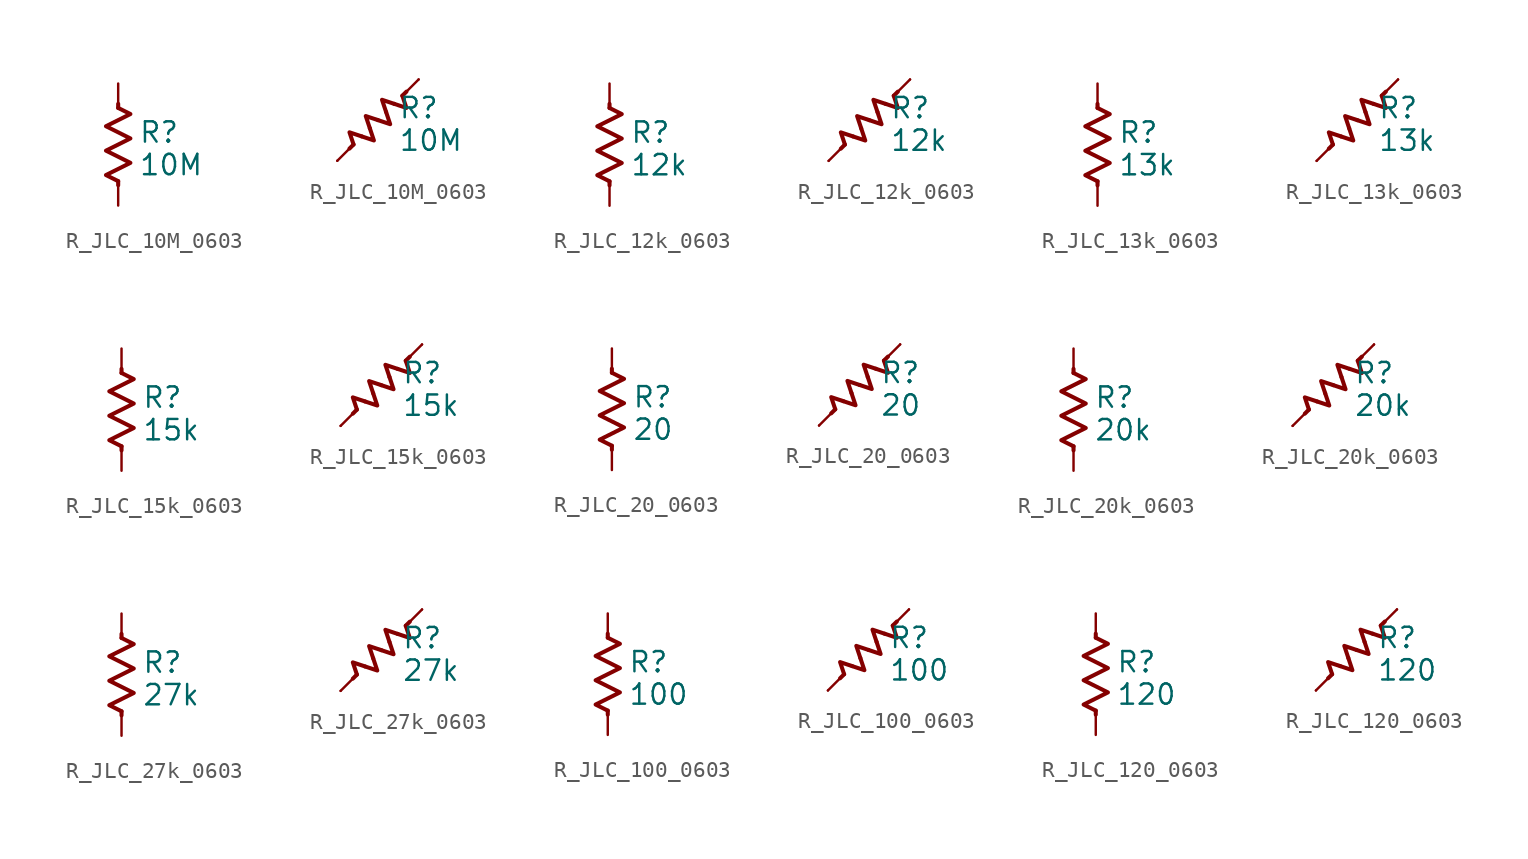
<source format=kicad_sym>
(kicad_symbol_lib
  (version 20231120)
  (generator "kicad_symbol_editor")
  (generator_version "8.0")
  (symbol "R_JLC_10M_0603"
    (pin_numbers hide)
    (pin_names
      (offset 0))
    (property "Reference" "R"
      (at 1.27 0.762 0)
      (effects (font (size 1.27 1.27)) (justify left)))
    (property "Value" "10M"
      (at 1.27 -1.27 0)
      (effects (font (size 1.27 1.27)) (justify left)))
    (symbol "R_JLC_10M_0603_0_1"
      (polyline (pts (xy 0 -2.286) (xy 0 -2.54)) (stroke (width 0.254) (type default)) (fill (type none)))
      (polyline (pts (xy 0 2.286) (xy 0 2.54)) (stroke (width 0.254) (type default)) (fill (type none)))
      (polyline (pts (xy 0 2.286) (xy 0.762 1.905) (xy -0.762 1.143) (xy 0 0.762) (xy 0.762 0.381) (xy 0 0) (xy -0.762 -0.381) (xy 0 -0.762) (xy 0.762 -1.143) (xy 0 -1.524) (xy -0.762 -1.905) (xy 0 -2.286)) (stroke (width 0.254) (type default)) (fill (type none))))
    (symbol "R_JLC_10M_0603_0_2"
      (polyline (pts (xy -2.54 -2.54) (xy -1.778 -1.778)) (stroke (width 0) (type default)) (fill (type none)))
      (polyline (pts (xy -1.778 -1.778) (xy -1.524 -1.524)) (stroke (width 0.254) (type default)) (fill (type none)))
      (polyline (pts (xy 1.778 1.778) (xy 1.524 1.524)) (stroke (width 0.254) (type default)) (fill (type none)))
      (polyline (pts (xy 1.778 1.778) (xy 2.54 2.54)) (stroke (width 0) (type default)) (fill (type none)))
      (polyline (pts (xy -1.524 -1.524) (xy -1.778 -0.762) (xy -1.016 -1.016)) (stroke (width 0.254) (type default)) (fill (type none)))
      (polyline (pts (xy -0.508 -0.508) (xy -0.762 0.254) (xy 0 0)) (stroke (width 0.254) (type default)) (fill (type none)))
      (polyline (pts (xy -0.508 -0.508) (xy -0.254 -1.27) (xy -1.016 -1.016)) (stroke (width 0.254) (type default)) (fill (type none)))
      (polyline (pts (xy 0.508 0.508) (xy 0.254 1.27) (xy 1.016 1.016)) (stroke (width 0.254) (type default)) (fill (type none)))
      (polyline (pts (xy 0.508 0.508) (xy 0.762 -0.254) (xy 0 0)) (stroke (width 0.254) (type default)) (fill (type none)))
      (polyline (pts (xy 1.524 1.524) (xy 1.778 0.762) (xy 1.016 1.016)) (stroke (width 0.254) (type default)) (fill (type none))))
    (symbol "R_JLC_10M_0603_1_1"
      (pin passive line (at 0 3.81 270) (length 1.27) (name "~" (effects (font (size 1.27 1.27)))) (number "1" (effects (font (size 1.27 1.27)))))
      (pin passive line (at 0 -3.81 90) (length 1.27) (name "~" (effects (font (size 1.27 1.27)))) (number "2" (effects (font (size 1.27 1.27))))))
    (symbol "R_JLC_10M_0603_1_2"
      (pin passive line (at 2.54 2.54 180) (length 0) (name "" (effects (font (size 1.27 1.27)))) (number "1" (effects (font (size 1.27 1.27)))))
      (pin passive line (at -2.54 -2.54 0) (length 0) (name "" (effects (font (size 1.27 1.27)))) (number "2" (effects (font (size 1.27 1.27)))))))
  (symbol "R_JLC_12k_0603"
    (pin_numbers hide)
    (pin_names
      (offset 0))
    (property "Reference" "R"
      (at 1.27 0.762 0)
      (effects (font (size 1.27 1.27)) (justify left)))
    (property "Value" "12k"
      (at 1.27 -1.27 0)
      (effects (font (size 1.27 1.27)) (justify left)))
    (symbol "R_JLC_12k_0603_0_1"
      (polyline (pts (xy 0 -2.286) (xy 0 -2.54)) (stroke (width 0.254) (type default)) (fill (type none)))
      (polyline (pts (xy 0 2.286) (xy 0 2.54)) (stroke (width 0.254) (type default)) (fill (type none)))
      (polyline (pts (xy 0 2.286) (xy 0.762 1.905) (xy -0.762 1.143) (xy 0 0.762) (xy 0.762 0.381) (xy 0 0) (xy -0.762 -0.381) (xy 0 -0.762) (xy 0.762 -1.143) (xy 0 -1.524) (xy -0.762 -1.905) (xy 0 -2.286)) (stroke (width 0.254) (type default)) (fill (type none))))
    (symbol "R_JLC_12k_0603_0_2"
      (polyline (pts (xy -2.54 -2.54) (xy -1.778 -1.778)) (stroke (width 0) (type default)) (fill (type none)))
      (polyline (pts (xy -1.778 -1.778) (xy -1.524 -1.524)) (stroke (width 0.254) (type default)) (fill (type none)))
      (polyline (pts (xy 1.778 1.778) (xy 1.524 1.524)) (stroke (width 0.254) (type default)) (fill (type none)))
      (polyline (pts (xy 1.778 1.778) (xy 2.54 2.54)) (stroke (width 0) (type default)) (fill (type none)))
      (polyline (pts (xy -1.524 -1.524) (xy -1.778 -0.762) (xy -1.016 -1.016)) (stroke (width 0.254) (type default)) (fill (type none)))
      (polyline (pts (xy -0.508 -0.508) (xy -0.762 0.254) (xy 0 0)) (stroke (width 0.254) (type default)) (fill (type none)))
      (polyline (pts (xy -0.508 -0.508) (xy -0.254 -1.27) (xy -1.016 -1.016)) (stroke (width 0.254) (type default)) (fill (type none)))
      (polyline (pts (xy 0.508 0.508) (xy 0.254 1.27) (xy 1.016 1.016)) (stroke (width 0.254) (type default)) (fill (type none)))
      (polyline (pts (xy 0.508 0.508) (xy 0.762 -0.254) (xy 0 0)) (stroke (width 0.254) (type default)) (fill (type none)))
      (polyline (pts (xy 1.524 1.524) (xy 1.778 0.762) (xy 1.016 1.016)) (stroke (width 0.254) (type default)) (fill (type none))))
    (symbol "R_JLC_12k_0603_1_1"
      (pin passive line (at 0 3.81 270) (length 1.27) (name "~" (effects (font (size 1.27 1.27)))) (number "1" (effects (font (size 1.27 1.27)))))
      (pin passive line (at 0 -3.81 90) (length 1.27) (name "~" (effects (font (size 1.27 1.27)))) (number "2" (effects (font (size 1.27 1.27))))))
    (symbol "R_JLC_12k_0603_1_2"
      (pin passive line (at 2.54 2.54 180) (length 0) (name "" (effects (font (size 1.27 1.27)))) (number "1" (effects (font (size 1.27 1.27)))))
      (pin passive line (at -2.54 -2.54 0) (length 0) (name "" (effects (font (size 1.27 1.27)))) (number "2" (effects (font (size 1.27 1.27)))))))
  (symbol "R_JLC_13k_0603"
    (pin_numbers hide)
    (pin_names
      (offset 0))
    (property "Reference" "R"
      (at 1.27 0.762 0)
      (effects (font (size 1.27 1.27)) (justify left)))
    (property "Value" "13k"
      (at 1.27 -1.27 0)
      (effects (font (size 1.27 1.27)) (justify left)))
    (symbol "R_JLC_13k_0603_0_1"
      (polyline (pts (xy 0 -2.286) (xy 0 -2.54)) (stroke (width 0.254) (type default)) (fill (type none)))
      (polyline (pts (xy 0 2.286) (xy 0 2.54)) (stroke (width 0.254) (type default)) (fill (type none)))
      (polyline (pts (xy 0 2.286) (xy 0.762 1.905) (xy -0.762 1.143) (xy 0 0.762) (xy 0.762 0.381) (xy 0 0) (xy -0.762 -0.381) (xy 0 -0.762) (xy 0.762 -1.143) (xy 0 -1.524) (xy -0.762 -1.905) (xy 0 -2.286)) (stroke (width 0.254) (type default)) (fill (type none))))
    (symbol "R_JLC_13k_0603_0_2"
      (polyline (pts (xy -2.54 -2.54) (xy -1.778 -1.778)) (stroke (width 0) (type default)) (fill (type none)))
      (polyline (pts (xy -1.778 -1.778) (xy -1.524 -1.524)) (stroke (width 0.254) (type default)) (fill (type none)))
      (polyline (pts (xy 1.778 1.778) (xy 1.524 1.524)) (stroke (width 0.254) (type default)) (fill (type none)))
      (polyline (pts (xy 1.778 1.778) (xy 2.54 2.54)) (stroke (width 0) (type default)) (fill (type none)))
      (polyline (pts (xy -1.524 -1.524) (xy -1.778 -0.762) (xy -1.016 -1.016)) (stroke (width 0.254) (type default)) (fill (type none)))
      (polyline (pts (xy -0.508 -0.508) (xy -0.762 0.254) (xy 0 0)) (stroke (width 0.254) (type default)) (fill (type none)))
      (polyline (pts (xy -0.508 -0.508) (xy -0.254 -1.27) (xy -1.016 -1.016)) (stroke (width 0.254) (type default)) (fill (type none)))
      (polyline (pts (xy 0.508 0.508) (xy 0.254 1.27) (xy 1.016 1.016)) (stroke (width 0.254) (type default)) (fill (type none)))
      (polyline (pts (xy 0.508 0.508) (xy 0.762 -0.254) (xy 0 0)) (stroke (width 0.254) (type default)) (fill (type none)))
      (polyline (pts (xy 1.524 1.524) (xy 1.778 0.762) (xy 1.016 1.016)) (stroke (width 0.254) (type default)) (fill (type none))))
    (symbol "R_JLC_13k_0603_1_1"
      (pin passive line (at 0 3.81 270) (length 1.27) (name "~" (effects (font (size 1.27 1.27)))) (number "1" (effects (font (size 1.27 1.27)))))
      (pin passive line (at 0 -3.81 90) (length 1.27) (name "~" (effects (font (size 1.27 1.27)))) (number "2" (effects (font (size 1.27 1.27))))))
    (symbol "R_JLC_13k_0603_1_2"
      (pin passive line (at 2.54 2.54 180) (length 0) (name "" (effects (font (size 1.27 1.27)))) (number "1" (effects (font (size 1.27 1.27)))))
      (pin passive line (at -2.54 -2.54 0) (length 0) (name "" (effects (font (size 1.27 1.27)))) (number "2" (effects (font (size 1.27 1.27)))))))
  (symbol "R_JLC_15k_0603"
    (pin_numbers hide)
    (pin_names
      (offset 0))
    (property "Reference" "R"
      (at 1.27 0.762 0)
      (effects (font (size 1.27 1.27)) (justify left)))
    (property "Value" "15k"
      (at 1.27 -1.27 0)
      (effects (font (size 1.27 1.27)) (justify left)))
    (symbol "R_JLC_15k_0603_0_1"
      (polyline (pts (xy 0 -2.286) (xy 0 -2.54)) (stroke (width 0.254) (type default)) (fill (type none)))
      (polyline (pts (xy 0 2.286) (xy 0 2.54)) (stroke (width 0.254) (type default)) (fill (type none)))
      (polyline (pts (xy 0 2.286) (xy 0.762 1.905) (xy -0.762 1.143) (xy 0 0.762) (xy 0.762 0.381) (xy 0 0) (xy -0.762 -0.381) (xy 0 -0.762) (xy 0.762 -1.143) (xy 0 -1.524) (xy -0.762 -1.905) (xy 0 -2.286)) (stroke (width 0.254) (type default)) (fill (type none))))
    (symbol "R_JLC_15k_0603_0_2"
      (polyline (pts (xy -2.54 -2.54) (xy -1.778 -1.778)) (stroke (width 0) (type default)) (fill (type none)))
      (polyline (pts (xy -1.778 -1.778) (xy -1.524 -1.524)) (stroke (width 0.254) (type default)) (fill (type none)))
      (polyline (pts (xy 1.778 1.778) (xy 1.524 1.524)) (stroke (width 0.254) (type default)) (fill (type none)))
      (polyline (pts (xy 1.778 1.778) (xy 2.54 2.54)) (stroke (width 0) (type default)) (fill (type none)))
      (polyline (pts (xy -1.524 -1.524) (xy -1.778 -0.762) (xy -1.016 -1.016)) (stroke (width 0.254) (type default)) (fill (type none)))
      (polyline (pts (xy -0.508 -0.508) (xy -0.762 0.254) (xy 0 0)) (stroke (width 0.254) (type default)) (fill (type none)))
      (polyline (pts (xy -0.508 -0.508) (xy -0.254 -1.27) (xy -1.016 -1.016)) (stroke (width 0.254) (type default)) (fill (type none)))
      (polyline (pts (xy 0.508 0.508) (xy 0.254 1.27) (xy 1.016 1.016)) (stroke (width 0.254) (type default)) (fill (type none)))
      (polyline (pts (xy 0.508 0.508) (xy 0.762 -0.254) (xy 0 0)) (stroke (width 0.254) (type default)) (fill (type none)))
      (polyline (pts (xy 1.524 1.524) (xy 1.778 0.762) (xy 1.016 1.016)) (stroke (width 0.254) (type default)) (fill (type none))))
    (symbol "R_JLC_15k_0603_1_1"
      (pin passive line (at 0 3.81 270) (length 1.27) (name "~" (effects (font (size 1.27 1.27)))) (number "1" (effects (font (size 1.27 1.27)))))
      (pin passive line (at 0 -3.81 90) (length 1.27) (name "~" (effects (font (size 1.27 1.27)))) (number "2" (effects (font (size 1.27 1.27))))))
    (symbol "R_JLC_15k_0603_1_2"
      (pin passive line (at 2.54 2.54 180) (length 0) (name "" (effects (font (size 1.27 1.27)))) (number "1" (effects (font (size 1.27 1.27)))))
      (pin passive line (at -2.54 -2.54 0) (length 0) (name "" (effects (font (size 1.27 1.27)))) (number "2" (effects (font (size 1.27 1.27)))))))
  (symbol "R_JLC_20_0603"
    (pin_numbers hide)
    (pin_names
      (offset 0))
    (property "Reference" "R"
      (at 1.27 0.762 0)
      (effects (font (size 1.27 1.27)) (justify left)))
    (property "Value" "20"
      (at 1.27 -1.27 0)
      (effects (font (size 1.27 1.27)) (justify left)))
    (symbol "R_JLC_20_0603_0_1"
      (polyline (pts (xy 0 -2.286) (xy 0 -2.54)) (stroke (width 0.254) (type default)) (fill (type none)))
      (polyline (pts (xy 0 2.286) (xy 0 2.54)) (stroke (width 0.254) (type default)) (fill (type none)))
      (polyline (pts (xy 0 2.286) (xy 0.762 1.905) (xy -0.762 1.143) (xy 0 0.762) (xy 0.762 0.381) (xy 0 0) (xy -0.762 -0.381) (xy 0 -0.762) (xy 0.762 -1.143) (xy 0 -1.524) (xy -0.762 -1.905) (xy 0 -2.286)) (stroke (width 0.254) (type default)) (fill (type none))))
    (symbol "R_JLC_20_0603_0_2"
      (polyline (pts (xy -2.54 -2.54) (xy -1.778 -1.778)) (stroke (width 0) (type default)) (fill (type none)))
      (polyline (pts (xy -1.778 -1.778) (xy -1.524 -1.524)) (stroke (width 0.254) (type default)) (fill (type none)))
      (polyline (pts (xy 1.778 1.778) (xy 1.524 1.524)) (stroke (width 0.254) (type default)) (fill (type none)))
      (polyline (pts (xy 1.778 1.778) (xy 2.54 2.54)) (stroke (width 0) (type default)) (fill (type none)))
      (polyline (pts (xy -1.524 -1.524) (xy -1.778 -0.762) (xy -1.016 -1.016)) (stroke (width 0.254) (type default)) (fill (type none)))
      (polyline (pts (xy -0.508 -0.508) (xy -0.762 0.254) (xy 0 0)) (stroke (width 0.254) (type default)) (fill (type none)))
      (polyline (pts (xy -0.508 -0.508) (xy -0.254 -1.27) (xy -1.016 -1.016)) (stroke (width 0.254) (type default)) (fill (type none)))
      (polyline (pts (xy 0.508 0.508) (xy 0.254 1.27) (xy 1.016 1.016)) (stroke (width 0.254) (type default)) (fill (type none)))
      (polyline (pts (xy 0.508 0.508) (xy 0.762 -0.254) (xy 0 0)) (stroke (width 0.254) (type default)) (fill (type none)))
      (polyline (pts (xy 1.524 1.524) (xy 1.778 0.762) (xy 1.016 1.016)) (stroke (width 0.254) (type default)) (fill (type none))))
    (symbol "R_JLC_20_0603_1_1"
      (pin passive line (at 0 3.81 270) (length 1.27) (name "~" (effects (font (size 1.27 1.27)))) (number "1" (effects (font (size 1.27 1.27)))))
      (pin passive line (at 0 -3.81 90) (length 1.27) (name "~" (effects (font (size 1.27 1.27)))) (number "2" (effects (font (size 1.27 1.27))))))
    (symbol "R_JLC_20_0603_1_2"
      (pin passive line (at 2.54 2.54 180) (length 0) (name "" (effects (font (size 1.27 1.27)))) (number "1" (effects (font (size 1.27 1.27)))))
      (pin passive line (at -2.54 -2.54 0) (length 0) (name "" (effects (font (size 1.27 1.27)))) (number "2" (effects (font (size 1.27 1.27)))))))
  (symbol "R_JLC_20k_0603"
    (pin_numbers hide)
    (pin_names
      (offset 0))
    (property "Reference" "R"
      (at 1.27 0.762 0)
      (effects (font (size 1.27 1.27)) (justify left)))
    (property "Value" "20k"
      (at 1.27 -1.27 0)
      (effects (font (size 1.27 1.27)) (justify left)))
    (symbol "R_JLC_20k_0603_0_1"
      (polyline (pts (xy 0 -2.286) (xy 0 -2.54)) (stroke (width 0.254) (type default)) (fill (type none)))
      (polyline (pts (xy 0 2.286) (xy 0 2.54)) (stroke (width 0.254) (type default)) (fill (type none)))
      (polyline (pts (xy 0 2.286) (xy 0.762 1.905) (xy -0.762 1.143) (xy 0 0.762) (xy 0.762 0.381) (xy 0 0) (xy -0.762 -0.381) (xy 0 -0.762) (xy 0.762 -1.143) (xy 0 -1.524) (xy -0.762 -1.905) (xy 0 -2.286)) (stroke (width 0.254) (type default)) (fill (type none))))
    (symbol "R_JLC_20k_0603_0_2"
      (polyline (pts (xy -2.54 -2.54) (xy -1.778 -1.778)) (stroke (width 0) (type default)) (fill (type none)))
      (polyline (pts (xy -1.778 -1.778) (xy -1.524 -1.524)) (stroke (width 0.254) (type default)) (fill (type none)))
      (polyline (pts (xy 1.778 1.778) (xy 1.524 1.524)) (stroke (width 0.254) (type default)) (fill (type none)))
      (polyline (pts (xy 1.778 1.778) (xy 2.54 2.54)) (stroke (width 0) (type default)) (fill (type none)))
      (polyline (pts (xy -1.524 -1.524) (xy -1.778 -0.762) (xy -1.016 -1.016)) (stroke (width 0.254) (type default)) (fill (type none)))
      (polyline (pts (xy -0.508 -0.508) (xy -0.762 0.254) (xy 0 0)) (stroke (width 0.254) (type default)) (fill (type none)))
      (polyline (pts (xy -0.508 -0.508) (xy -0.254 -1.27) (xy -1.016 -1.016)) (stroke (width 0.254) (type default)) (fill (type none)))
      (polyline (pts (xy 0.508 0.508) (xy 0.254 1.27) (xy 1.016 1.016)) (stroke (width 0.254) (type default)) (fill (type none)))
      (polyline (pts (xy 0.508 0.508) (xy 0.762 -0.254) (xy 0 0)) (stroke (width 0.254) (type default)) (fill (type none)))
      (polyline (pts (xy 1.524 1.524) (xy 1.778 0.762) (xy 1.016 1.016)) (stroke (width 0.254) (type default)) (fill (type none))))
    (symbol "R_JLC_20k_0603_1_1"
      (pin passive line (at 0 3.81 270) (length 1.27) (name "~" (effects (font (size 1.27 1.27)))) (number "1" (effects (font (size 1.27 1.27)))))
      (pin passive line (at 0 -3.81 90) (length 1.27) (name "~" (effects (font (size 1.27 1.27)))) (number "2" (effects (font (size 1.27 1.27))))))
    (symbol "R_JLC_20k_0603_1_2"
      (pin passive line (at 2.54 2.54 180) (length 0) (name "" (effects (font (size 1.27 1.27)))) (number "1" (effects (font (size 1.27 1.27)))))
      (pin passive line (at -2.54 -2.54 0) (length 0) (name "" (effects (font (size 1.27 1.27)))) (number "2" (effects (font (size 1.27 1.27)))))))
  (symbol "R_JLC_27k_0603"
    (pin_numbers hide)
    (pin_names
      (offset 0))
    (property "Reference" "R"
      (at 1.27 0.762 0)
      (effects (font (size 1.27 1.27)) (justify left)))
    (property "Value" "27k"
      (at 1.27 -1.27 0)
      (effects (font (size 1.27 1.27)) (justify left)))
    (symbol "R_JLC_27k_0603_0_1"
      (polyline (pts (xy 0 -2.286) (xy 0 -2.54)) (stroke (width 0.254) (type default)) (fill (type none)))
      (polyline (pts (xy 0 2.286) (xy 0 2.54)) (stroke (width 0.254) (type default)) (fill (type none)))
      (polyline (pts (xy 0 2.286) (xy 0.762 1.905) (xy -0.762 1.143) (xy 0 0.762) (xy 0.762 0.381) (xy 0 0) (xy -0.762 -0.381) (xy 0 -0.762) (xy 0.762 -1.143) (xy 0 -1.524) (xy -0.762 -1.905) (xy 0 -2.286)) (stroke (width 0.254) (type default)) (fill (type none))))
    (symbol "R_JLC_27k_0603_0_2"
      (polyline (pts (xy -2.54 -2.54) (xy -1.778 -1.778)) (stroke (width 0) (type default)) (fill (type none)))
      (polyline (pts (xy -1.778 -1.778) (xy -1.524 -1.524)) (stroke (width 0.254) (type default)) (fill (type none)))
      (polyline (pts (xy 1.778 1.778) (xy 1.524 1.524)) (stroke (width 0.254) (type default)) (fill (type none)))
      (polyline (pts (xy 1.778 1.778) (xy 2.54 2.54)) (stroke (width 0) (type default)) (fill (type none)))
      (polyline (pts (xy -1.524 -1.524) (xy -1.778 -0.762) (xy -1.016 -1.016)) (stroke (width 0.254) (type default)) (fill (type none)))
      (polyline (pts (xy -0.508 -0.508) (xy -0.762 0.254) (xy 0 0)) (stroke (width 0.254) (type default)) (fill (type none)))
      (polyline (pts (xy -0.508 -0.508) (xy -0.254 -1.27) (xy -1.016 -1.016)) (stroke (width 0.254) (type default)) (fill (type none)))
      (polyline (pts (xy 0.508 0.508) (xy 0.254 1.27) (xy 1.016 1.016)) (stroke (width 0.254) (type default)) (fill (type none)))
      (polyline (pts (xy 0.508 0.508) (xy 0.762 -0.254) (xy 0 0)) (stroke (width 0.254) (type default)) (fill (type none)))
      (polyline (pts (xy 1.524 1.524) (xy 1.778 0.762) (xy 1.016 1.016)) (stroke (width 0.254) (type default)) (fill (type none))))
    (symbol "R_JLC_27k_0603_1_1"
      (pin passive line (at 0 3.81 270) (length 1.27) (name "~" (effects (font (size 1.27 1.27)))) (number "1" (effects (font (size 1.27 1.27)))))
      (pin passive line (at 0 -3.81 90) (length 1.27) (name "~" (effects (font (size 1.27 1.27)))) (number "2" (effects (font (size 1.27 1.27))))))
    (symbol "R_JLC_27k_0603_1_2"
      (pin passive line (at 2.54 2.54 180) (length 0) (name "" (effects (font (size 1.27 1.27)))) (number "1" (effects (font (size 1.27 1.27)))))
      (pin passive line (at -2.54 -2.54 0) (length 0) (name "" (effects (font (size 1.27 1.27)))) (number "2" (effects (font (size 1.27 1.27)))))))
  (symbol "R_JLC_100_0603"
    (pin_numbers hide)
    (pin_names
      (offset 0))
    (property "Reference" "R"
      (at 1.27 0.762 0)
      (effects (font (size 1.27 1.27)) (justify left)))
    (property "Value" "100"
      (at 1.27 -1.27 0)
      (effects (font (size 1.27 1.27)) (justify left)))
    (symbol "R_JLC_100_0603_0_1"
      (polyline (pts (xy 0 -2.286) (xy 0 -2.54)) (stroke (width 0.254) (type default)) (fill (type none)))
      (polyline (pts (xy 0 2.286) (xy 0 2.54)) (stroke (width 0.254) (type default)) (fill (type none)))
      (polyline (pts (xy 0 2.286) (xy 0.762 1.905) (xy -0.762 1.143) (xy 0 0.762) (xy 0.762 0.381) (xy 0 0) (xy -0.762 -0.381) (xy 0 -0.762) (xy 0.762 -1.143) (xy 0 -1.524) (xy -0.762 -1.905) (xy 0 -2.286)) (stroke (width 0.254) (type default)) (fill (type none))))
    (symbol "R_JLC_100_0603_0_2"
      (polyline (pts (xy -2.54 -2.54) (xy -1.778 -1.778)) (stroke (width 0) (type default)) (fill (type none)))
      (polyline (pts (xy -1.778 -1.778) (xy -1.524 -1.524)) (stroke (width 0.254) (type default)) (fill (type none)))
      (polyline (pts (xy 1.778 1.778) (xy 1.524 1.524)) (stroke (width 0.254) (type default)) (fill (type none)))
      (polyline (pts (xy 1.778 1.778) (xy 2.54 2.54)) (stroke (width 0) (type default)) (fill (type none)))
      (polyline (pts (xy -1.524 -1.524) (xy -1.778 -0.762) (xy -1.016 -1.016)) (stroke (width 0.254) (type default)) (fill (type none)))
      (polyline (pts (xy -0.508 -0.508) (xy -0.762 0.254) (xy 0 0)) (stroke (width 0.254) (type default)) (fill (type none)))
      (polyline (pts (xy -0.508 -0.508) (xy -0.254 -1.27) (xy -1.016 -1.016)) (stroke (width 0.254) (type default)) (fill (type none)))
      (polyline (pts (xy 0.508 0.508) (xy 0.254 1.27) (xy 1.016 1.016)) (stroke (width 0.254) (type default)) (fill (type none)))
      (polyline (pts (xy 0.508 0.508) (xy 0.762 -0.254) (xy 0 0)) (stroke (width 0.254) (type default)) (fill (type none)))
      (polyline (pts (xy 1.524 1.524) (xy 1.778 0.762) (xy 1.016 1.016)) (stroke (width 0.254) (type default)) (fill (type none))))
    (symbol "R_JLC_100_0603_1_1"
      (pin passive line (at 0 3.81 270) (length 1.27) (name "~" (effects (font (size 1.27 1.27)))) (number "1" (effects (font (size 1.27 1.27)))))
      (pin passive line (at 0 -3.81 90) (length 1.27) (name "~" (effects (font (size 1.27 1.27)))) (number "2" (effects (font (size 1.27 1.27))))))
    (symbol "R_JLC_100_0603_1_2"
      (pin passive line (at 2.54 2.54 180) (length 0) (name "" (effects (font (size 1.27 1.27)))) (number "1" (effects (font (size 1.27 1.27)))))
      (pin passive line (at -2.54 -2.54 0) (length 0) (name "" (effects (font (size 1.27 1.27)))) (number "2" (effects (font (size 1.27 1.27)))))))
  (symbol "R_JLC_120_0603"
    (pin_numbers hide)
    (pin_names
      (offset 0))
    (property "Reference" "R"
      (at 1.27 0.762 0)
      (effects (font (size 1.27 1.27)) (justify left)))
    (property "Value" "120"
      (at 1.27 -1.27 0)
      (effects (font (size 1.27 1.27)) (justify left)))
    (symbol "R_JLC_120_0603_0_1"
      (polyline (pts (xy 0 -2.286) (xy 0 -2.54)) (stroke (width 0.254) (type default)) (fill (type none)))
      (polyline (pts (xy 0 2.286) (xy 0 2.54)) (stroke (width 0.254) (type default)) (fill (type none)))
      (polyline (pts (xy 0 2.286) (xy 0.762 1.905) (xy -0.762 1.143) (xy 0 0.762) (xy 0.762 0.381) (xy 0 0) (xy -0.762 -0.381) (xy 0 -0.762) (xy 0.762 -1.143) (xy 0 -1.524) (xy -0.762 -1.905) (xy 0 -2.286)) (stroke (width 0.254) (type default)) (fill (type none))))
    (symbol "R_JLC_120_0603_0_2"
      (polyline (pts (xy -2.54 -2.54) (xy -1.778 -1.778)) (stroke (width 0) (type default)) (fill (type none)))
      (polyline (pts (xy -1.778 -1.778) (xy -1.524 -1.524)) (stroke (width 0.254) (type default)) (fill (type none)))
      (polyline (pts (xy 1.778 1.778) (xy 1.524 1.524)) (stroke (width 0.254) (type default)) (fill (type none)))
      (polyline (pts (xy 1.778 1.778) (xy 2.54 2.54)) (stroke (width 0) (type default)) (fill (type none)))
      (polyline (pts (xy -1.524 -1.524) (xy -1.778 -0.762) (xy -1.016 -1.016)) (stroke (width 0.254) (type default)) (fill (type none)))
      (polyline (pts (xy -0.508 -0.508) (xy -0.762 0.254) (xy 0 0)) (stroke (width 0.254) (type default)) (fill (type none)))
      (polyline (pts (xy -0.508 -0.508) (xy -0.254 -1.27) (xy -1.016 -1.016)) (stroke (width 0.254) (type default)) (fill (type none)))
      (polyline (pts (xy 0.508 0.508) (xy 0.254 1.27) (xy 1.016 1.016)) (stroke (width 0.254) (type default)) (fill (type none)))
      (polyline (pts (xy 0.508 0.508) (xy 0.762 -0.254) (xy 0 0)) (stroke (width 0.254) (type default)) (fill (type none)))
      (polyline (pts (xy 1.524 1.524) (xy 1.778 0.762) (xy 1.016 1.016)) (stroke (width 0.254) (type default)) (fill (type none))))
    (symbol "R_JLC_120_0603_1_1"
      (pin passive line (at 0 3.81 270) (length 1.27) (name "~" (effects (font (size 1.27 1.27)))) (number "1" (effects (font (size 1.27 1.27)))))
      (pin passive line (at 0 -3.81 90) (length 1.27) (name "~" (effects (font (size 1.27 1.27)))) (number "2" (effects (font (size 1.27 1.27))))))
    (symbol "R_JLC_120_0603_1_2"
      (pin passive line (at 2.54 2.54 180) (length 0) (name "" (effects (font (size 1.27 1.27)))) (number "1" (effects (font (size 1.27 1.27)))))
      (pin passive line (at -2.54 -2.54 0) (length 0) (name "" (effects (font (size 1.27 1.27)))) (number "2" (effects (font (size 1.27 1.27))))))))
</source>
